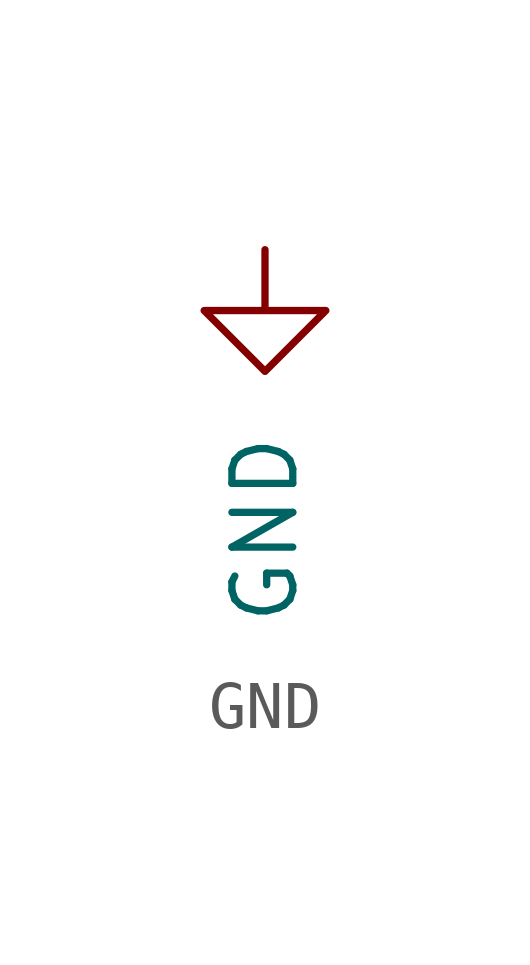
<source format=kicad_sym>
(kicad_symbol_lib
  (version 20220914)
  (generator kicad_symbol_editor)
  (symbol "GND"
    (power)
    (pin_names
      (offset 0))
    (property "Reference" "#PWR08"
      (at 0 -6.35 0)
      (effects (font (size 1.27 1.27)) hide))
    (property "Value" "GND"
      (at 0 -3.81 90)
      (effects (font (size 1.27 1.27)) (justify right)))
    (symbol "GND_0_1"
      (polyline (pts (xy 0 0) (xy 0 -1.27) (xy 1.27 -1.27) (xy 0 -2.54) (xy -1.27 -1.27) (xy 0 -1.27)) (stroke (width 0) (type default)) (fill (type none))))
    (symbol "GND_1_1"
      (pin power_in line (at 0 0 270) (length 0) hide (name "GND" (effects (font (size 1.27 1.27)))) (number "1" (effects (font (size 1.27 1.27))))))))
</source>
